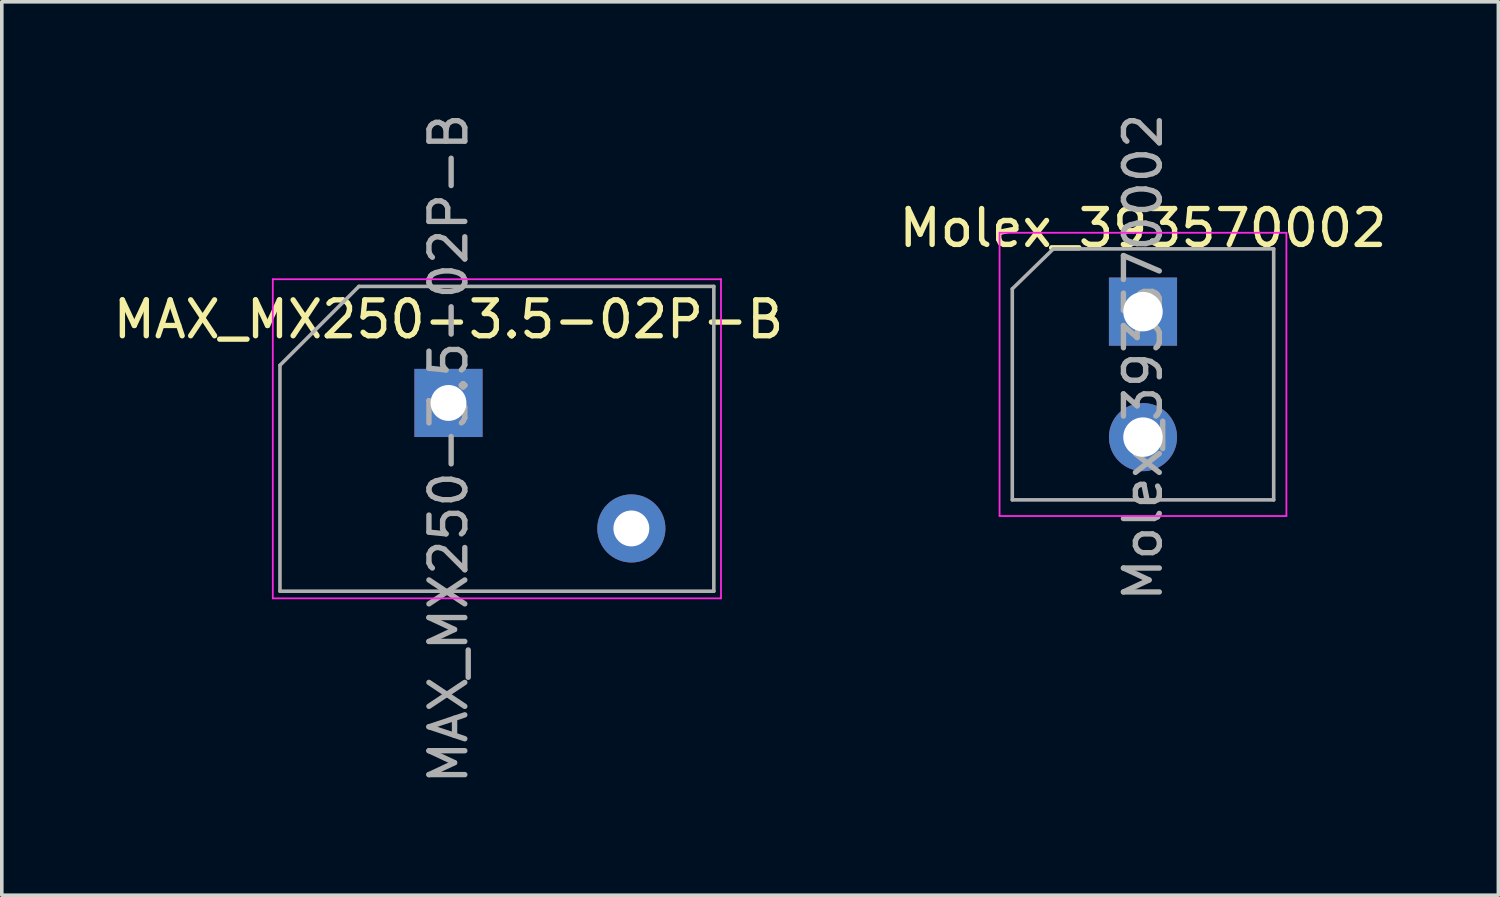
<source format=kicad_pcb>
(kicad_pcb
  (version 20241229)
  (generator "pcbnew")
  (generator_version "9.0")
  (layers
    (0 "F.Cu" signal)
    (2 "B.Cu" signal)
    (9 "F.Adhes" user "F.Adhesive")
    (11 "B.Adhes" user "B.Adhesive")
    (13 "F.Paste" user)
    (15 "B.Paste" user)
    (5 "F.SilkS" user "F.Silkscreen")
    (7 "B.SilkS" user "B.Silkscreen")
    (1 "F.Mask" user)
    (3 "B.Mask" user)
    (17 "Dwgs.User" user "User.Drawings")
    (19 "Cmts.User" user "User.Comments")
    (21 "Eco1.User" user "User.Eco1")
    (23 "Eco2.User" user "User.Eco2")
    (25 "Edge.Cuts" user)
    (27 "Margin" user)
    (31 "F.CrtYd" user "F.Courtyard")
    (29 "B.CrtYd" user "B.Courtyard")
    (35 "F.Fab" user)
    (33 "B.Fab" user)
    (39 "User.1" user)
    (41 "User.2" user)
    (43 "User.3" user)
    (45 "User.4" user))
  (footprint "MAX_MX250-3.5-02P-B"
    (layer "F.Cu")
    (at 9.458 8.188)
    (property "Reference" "MAX_MX250-3.5-02P-B" (at 0 -2.33 0) (layer "F.SilkS") (effects (font (size 1 1) (thickness 0.15))))
    (attr through_hole)
    (fp_line (start -4.9 -3.45) (end -4.9 5.45) (stroke (width 0.05) (type solid)) (layer "F.CrtYd"))
    (fp_line (start -4.9 5.45) (end 7.6 5.45) (stroke (width 0.05) (type solid)) (layer "F.CrtYd"))
    (fp_line (start 7.6 -3.45) (end -4.9 -3.45) (stroke (width 0.05) (type solid)) (layer "F.CrtYd"))
    (fp_line (start 7.6 5.45) (end 7.6 -3.45) (stroke (width 0.05) (type solid)) (layer "F.CrtYd"))
    (fp_line (start -4.7 5.25) (end -4.7 -1.05) (stroke (width 0.1) (type solid)) (layer "F.Fab"))
    (fp_line (start -2.5 -3.25) (end -4.7 -1.05) (stroke (width 0.1) (type default)) (layer "F.Fab"))
    (fp_line (start -2.5 -3.25) (end 7.4 -3.25) (stroke (width 0.1) (type solid)) (layer "F.Fab"))
    (fp_line (start 7.4 -3.25) (end 7.4 5.25) (stroke (width 0.1) (type solid)) (layer "F.Fab"))
    (fp_line (start 7.4 5.25) (end -4.7 5.25) (stroke (width 0.1) (type solid)) (layer "F.Fab"))
    (fp_text user "${REFERENCE}" (at 0 1.27 90) (layer "F.Fab") (effects (font (size 1 1) (thickness 0.15))))
    (pad "1" thru_hole rect (at 0 0) (size 1.9 1.9) (drill 1) (layers "*.Cu" "*.Mask"))
    (pad "2" thru_hole oval (at 5.1 3.5) (size 1.9 1.9) (drill 1) (layers "*.Cu" "*.Mask")))
  (footprint "Molex_393570002"
    (layer "F.Cu")
    (at 28.827 5.641)
    (property "Reference" "Molex_393570002" (at 0 -2.33 0) (layer "F.SilkS") (effects (font (size 1 1) (thickness 0.15))))
    (attr through_hole)
    (fp_line (start -4 -2.2) (end -4 5.7) (stroke (width 0.05) (type solid)) (layer "F.CrtYd"))
    (fp_line (start -4 5.7) (end 4 5.7) (stroke (width 0.05) (type solid)) (layer "F.CrtYd"))
    (fp_line (start 4 -2.2) (end -4 -2.2) (stroke (width 0.05) (type solid)) (layer "F.CrtYd"))
    (fp_line (start 4 5.7) (end 4 -2.2) (stroke (width 0.05) (type solid)) (layer "F.CrtYd"))
    (fp_line (start -3.645 -0.635) (end -2.5 -1.75) (stroke (width 0.1) (type solid)) (layer "F.Fab"))
    (fp_line (start -3.645 5.25) (end -3.645 -0.635) (stroke (width 0.1) (type solid)) (layer "F.Fab"))
    (fp_line (start -2.5 -1.75) (end 3.645 -1.75) (stroke (width 0.1) (type solid)) (layer "F.Fab"))
    (fp_line (start 3.645 -1.75) (end 3.645 5.25) (stroke (width 0.1) (type solid)) (layer "F.Fab"))
    (fp_line (start 3.645 5.25) (end -3.645 5.25) (stroke (width 0.1) (type solid)) (layer "F.Fab"))
    (fp_text user "${REFERENCE}" (at 0 1.27 90) (layer "F.Fab") (effects (font (size 1 1) (thickness 0.15))))
    (pad "1" thru_hole rect (at 0 0) (size 1.9 1.9) (drill 1.1) (layers "*.Cu" "*.Mask"))
    (pad "2" thru_hole oval (at 0 3.5) (size 1.9 1.9) (drill 1.1) (layers "*.Cu" "*.Mask")))
  (gr_rect
    (start -3 -3)
    (end 38.738 21.917)
    (stroke (width 0.1) (type default))
    (fill no)
    (layer "Edge.Cuts")))
</source>
